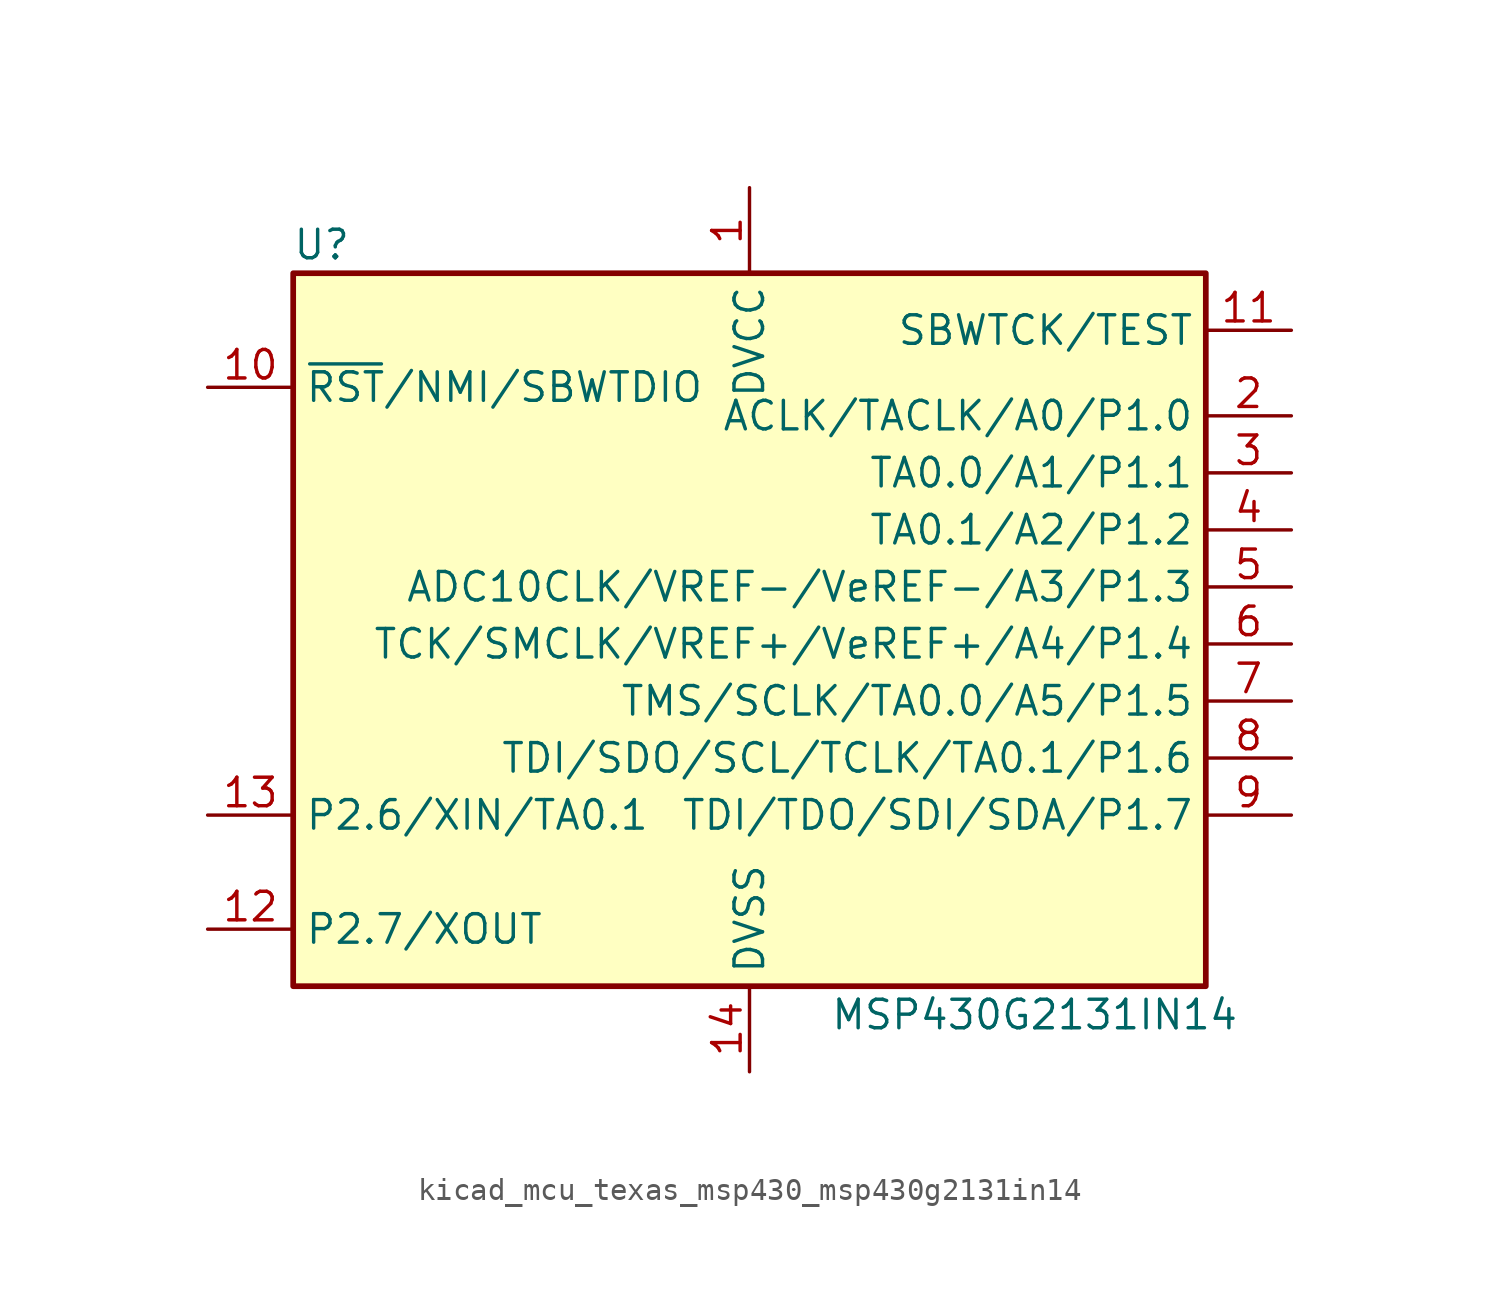
<source format=kicad_sym>
(kicad_symbol_lib
  (version 20220914)
  (generator kicad_symbol_editor)
  (symbol "kicad_mcu_texas_msp430_msp430g2131in14"
    (property "Reference" "U"
      (at -19.05 17.78 0)
      (effects (font (size 1.27 1.27))))
    (property "Value" "MSP430G2131IN14"
      (at 12.7 -16.51 0)
      (effects (font (size 1.27 1.27))))
    (symbol "kicad_mcu_texas_msp430_msp430g2131in14_0_1"
      (rectangle (start -20.32 16.51) (end 20.32 -15.24) (stroke (width 0.254) (type default)) (fill (type background))))
    (symbol "kicad_mcu_texas_msp430_msp430g2131in14_1_1"
      (pin power_in line (at 0 20.32 270) (length 3.81) (name "DVCC" (effects (font (size 1.27 1.27)))) (number "1" (effects (font (size 1.27 1.27)))))
      (pin input line (at -24.13 11.43 0) (length 3.81) (name "~{RST}/NMI/SBWTDIO" (effects (font (size 1.27 1.27)))) (number "10" (effects (font (size 1.27 1.27)))))
      (pin input line (at 24.13 13.97 180) (length 3.81) (name "SBWTCK/TEST" (effects (font (size 1.27 1.27)))) (number "11" (effects (font (size 1.27 1.27)))))
      (pin bidirectional line (at -24.13 -12.7 0) (length 3.81) (name "P2.7/XOUT" (effects (font (size 1.27 1.27)))) (number "12" (effects (font (size 1.27 1.27)))))
      (pin bidirectional line (at -24.13 -7.62 0) (length 3.81) (name "P2.6/XIN/TA0.1" (effects (font (size 1.27 1.27)))) (number "13" (effects (font (size 1.27 1.27)))))
      (pin power_in line (at 0 -19.05 90) (length 3.81) (name "DVSS" (effects (font (size 1.27 1.27)))) (number "14" (effects (font (size 1.27 1.27)))))
      (pin bidirectional line (at 24.13 10.16 180) (length 3.81) (name "ACLK/TACLK/A0/P1.0" (effects (font (size 1.27 1.27)))) (number "2" (effects (font (size 1.27 1.27)))))
      (pin bidirectional line (at 24.13 7.62 180) (length 3.81) (name "TA0.0/A1/P1.1" (effects (font (size 1.27 1.27)))) (number "3" (effects (font (size 1.27 1.27)))))
      (pin bidirectional line (at 24.13 5.08 180) (length 3.81) (name "TA0.1/A2/P1.2" (effects (font (size 1.27 1.27)))) (number "4" (effects (font (size 1.27 1.27)))))
      (pin bidirectional line (at 24.13 2.54 180) (length 3.81) (name "ADC10CLK/VREF-/VeREF-/A3/P1.3" (effects (font (size 1.27 1.27)))) (number "5" (effects (font (size 1.27 1.27)))))
      (pin bidirectional line (at 24.13 0 180) (length 3.81) (name "TCK/SMCLK/VREF+/VeREF+/A4/P1.4" (effects (font (size 1.27 1.27)))) (number "6" (effects (font (size 1.27 1.27)))))
      (pin bidirectional line (at 24.13 -2.54 180) (length 3.81) (name "TMS/SCLK/TA0.0/A5/P1.5" (effects (font (size 1.27 1.27)))) (number "7" (effects (font (size 1.27 1.27)))))
      (pin bidirectional line (at 24.13 -5.08 180) (length 3.81) (name "TDI/SDO/SCL/TCLK/TA0.1/P1.6" (effects (font (size 1.27 1.27)))) (number "8" (effects (font (size 1.27 1.27)))))
      (pin bidirectional line (at 24.13 -7.62 180) (length 3.81) (name "TDI/TDO/SDI/SDA/P1.7" (effects (font (size 1.27 1.27)))) (number "9" (effects (font (size 1.27 1.27))))))))
</source>
